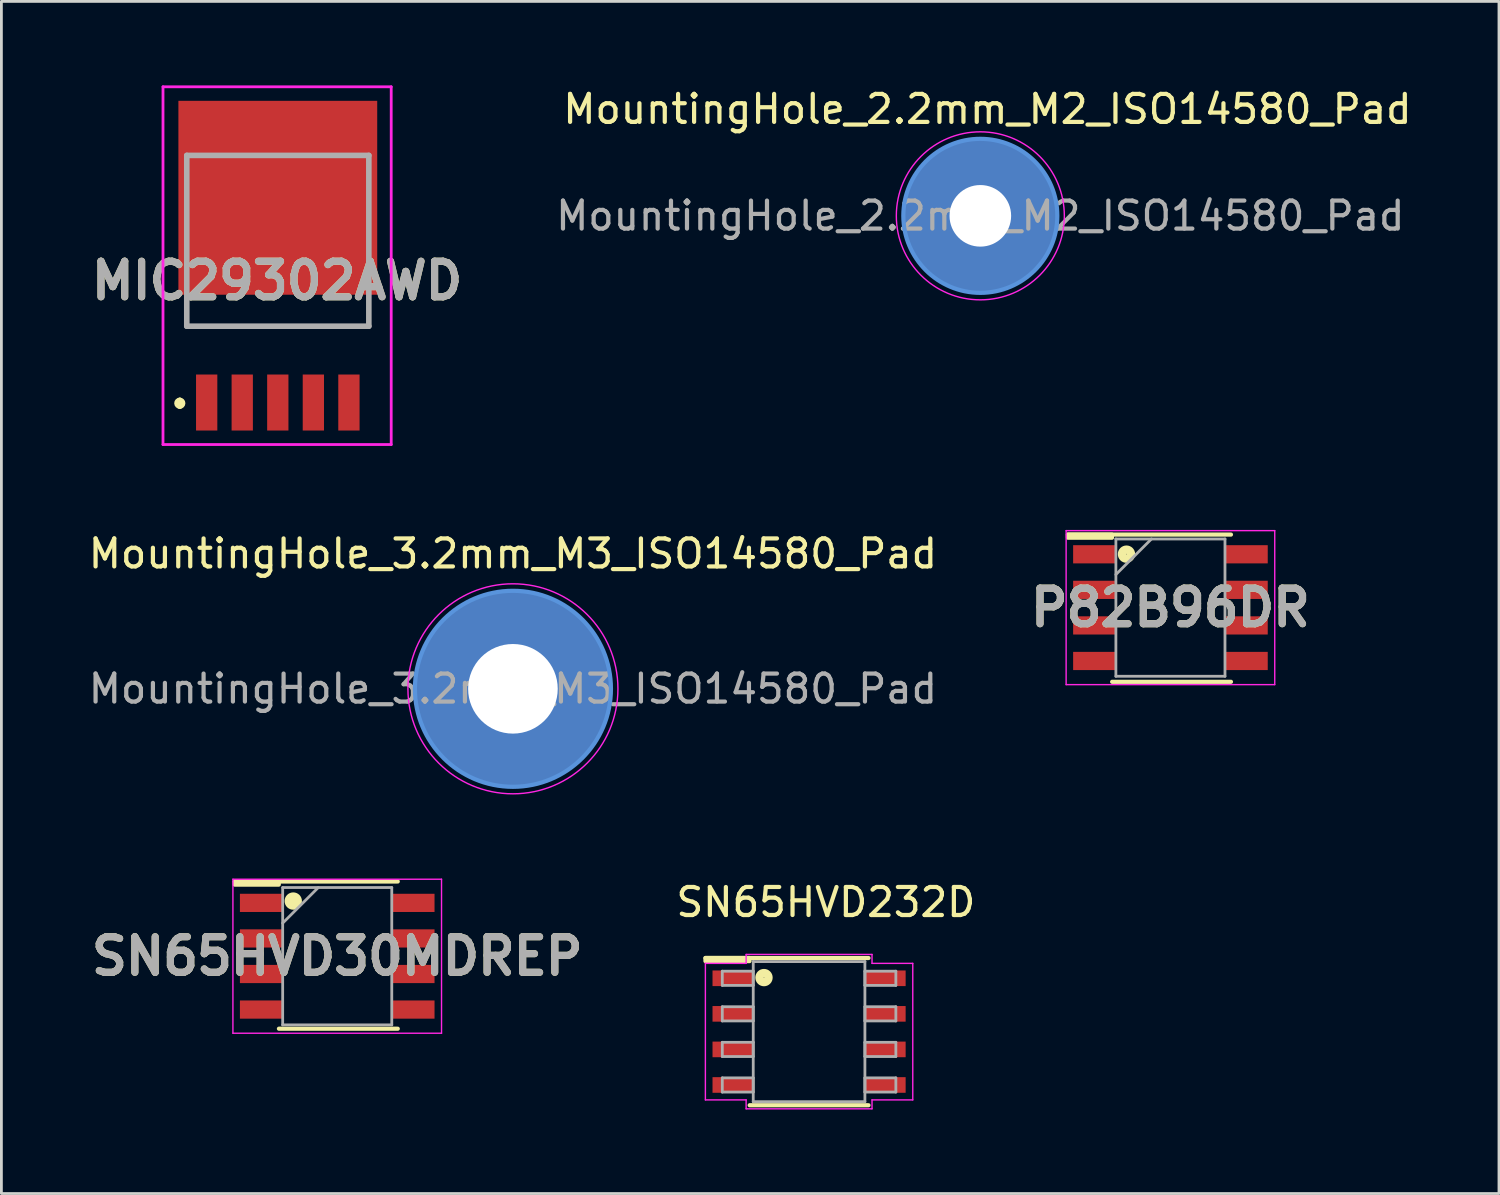
<source format=kicad_pcb>
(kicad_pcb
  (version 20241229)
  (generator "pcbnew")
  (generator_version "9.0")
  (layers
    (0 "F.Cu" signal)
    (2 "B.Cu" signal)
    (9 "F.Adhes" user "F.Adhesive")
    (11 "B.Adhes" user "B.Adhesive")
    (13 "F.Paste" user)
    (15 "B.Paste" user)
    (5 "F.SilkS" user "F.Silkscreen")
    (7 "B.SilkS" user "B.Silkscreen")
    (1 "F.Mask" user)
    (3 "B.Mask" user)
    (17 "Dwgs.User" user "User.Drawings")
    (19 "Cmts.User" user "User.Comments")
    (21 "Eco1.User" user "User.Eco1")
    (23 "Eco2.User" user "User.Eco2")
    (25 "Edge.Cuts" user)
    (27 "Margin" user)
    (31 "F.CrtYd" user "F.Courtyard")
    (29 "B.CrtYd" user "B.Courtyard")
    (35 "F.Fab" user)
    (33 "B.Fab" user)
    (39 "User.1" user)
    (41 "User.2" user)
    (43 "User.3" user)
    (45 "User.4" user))
  (footprint "P82B96DR"
    (layer "F.Cu")
    (at 38.749 18.65)
    (property "Reference" "P82B96DR" (at 0 0 0) (layer "F.SilkS") (effects (font (size 1.27 1.27) (thickness 0.254))))
    (attr smd)
    (fp_line (start -2.081 2.649) (end 2.161 2.649) (stroke (width 0.15) (type solid)) (layer "F.SilkS"))
    (fp_line (start 2.161 -2.609) (end -3.66 -2.609) (stroke (width 0.15) (type solid)) (layer "F.SilkS"))
    (fp_rect (start -3.66 -2.609) (end -2.088 -2.497) (stroke (width 0.15) (type solid)) (fill yes) (layer "F.SilkS"))
    (fp_circle (center -1.57 -1.91) (end -1.58 -1.91) (stroke (width 0.3) (type solid)) (fill no) (layer "F.SilkS"))
    (fp_line (start -3.725 -2.75) (end 3.725 -2.75) (stroke (width 0.05) (type solid)) (layer "F.CrtYd"))
    (fp_line (start -3.725 2.75) (end -3.725 -2.75) (stroke (width 0.05) (type solid)) (layer "F.CrtYd"))
    (fp_line (start 3.725 -2.75) (end 3.725 2.75) (stroke (width 0.05) (type solid)) (layer "F.CrtYd"))
    (fp_line (start 3.725 2.75) (end -3.725 2.75) (stroke (width 0.05) (type solid)) (layer "F.CrtYd"))
    (fp_line (start -1.948 -2.452) (end 1.948 -2.452) (stroke (width 0.1) (type solid)) (layer "F.Fab"))
    (fp_line (start -1.948 -1.182) (end -0.678 -2.452) (stroke (width 0.1) (type solid)) (layer "F.Fab"))
    (fp_line (start -1.948 2.452) (end -1.948 -2.452) (stroke (width 0.1) (type solid)) (layer "F.Fab"))
    (fp_line (start 1.948 -2.452) (end 1.948 2.452) (stroke (width 0.1) (type solid)) (layer "F.Fab"))
    (fp_line (start 1.948 2.452) (end -1.948 2.452) (stroke (width 0.1) (type solid)) (layer "F.Fab"))
    (fp_text user "${REFERENCE}" (at 0 0 0) (layer "F.Fab") (effects (font (size 1.27 1.27) (thickness 0.254))))
    (pad "1" smd rect (at -2.711 -1.905 90) (size 0.65 1.528) (layers "F.Cu" "F.Mask" "F.Paste"))
    (pad "2" smd rect (at -2.711 -0.635 90) (size 0.65 1.528) (layers "F.Cu" "F.Mask" "F.Paste"))
    (pad "3" smd rect (at -2.711 0.635 90) (size 0.65 1.528) (layers "F.Cu" "F.Mask" "F.Paste"))
    (pad "4" smd rect (at -2.711 1.905 90) (size 0.65 1.528) (layers "F.Cu" "F.Mask" "F.Paste"))
    (pad "5" smd rect (at 2.711 1.905 90) (size 0.65 1.528) (layers "F.Cu" "F.Mask" "F.Paste"))
    (pad "6" smd rect (at 2.711 0.635 90) (size 0.65 1.528) (layers "F.Cu" "F.Mask" "F.Paste"))
    (pad "7" smd rect (at 2.711 -0.635 90) (size 0.65 1.528) (layers "F.Cu" "F.Mask" "F.Paste"))
    (pad "8" smd rect (at 2.711 -1.905 90) (size 0.65 1.528) (layers "F.Cu" "F.Mask" "F.Paste")))
  (footprint "MountingHole_2.2mm_M2_ISO14580_Pad"
    (layer "F.Cu")
    (at 31.96 4.658)
    (property "Reference" "MountingHole_2.2mm_M2_ISO14580_Pad" (at 0.254 -3.81 0) (layer "F.SilkS") (effects (font (size 1 1) (thickness 0.15))))
    (attr exclude_from_pos_files exclude_from_bom)
    (fp_circle (center 0 0) (end 2.75 0) (stroke (width 0.15) (type solid)) (fill no) (layer "Cmts.User"))
    (fp_circle (center 0 0) (end 3 0) (stroke (width 0.05) (type solid)) (fill no) (layer "F.CrtYd"))
    (fp_text user "${REFERENCE}" (at 0 0 0) (layer "F.Fab") (effects (font (size 1 1) (thickness 0.15))))
    (pad "1" thru_hole circle (at 0 0) (size 5.5 5.5) (drill 2.2) (layers "*.Cu" "*.Mask")))
  (footprint "SN65HVD30MDREP"
    (layer "F.Cu")
    (at 8.993 31.099)
    (property "Reference" "SN65HVD30MDREP" (at 0 0 0) (layer "F.SilkS") (effects (font (size 1.27 1.27) (thickness 0.254))))
    (attr smd)
    (fp_line (start -2.081 2.589) (end 2.161 2.589) (stroke (width 0.15) (type solid)) (layer "F.SilkS"))
    (fp_line (start 2.161 -2.669) (end -3.66 -2.669) (stroke (width 0.15) (type solid)) (layer "F.SilkS"))
    (fp_rect (start -3.66 -2.669) (end -2.088 -2.557) (stroke (width 0.15) (type solid)) (fill yes) (layer "F.SilkS"))
    (fp_circle (center -1.57 -1.97) (end -1.58 -1.97) (stroke (width 0.3) (type solid)) (fill no) (layer "F.SilkS"))
    (fp_circle (center -1.57 -1.91) (end -1.51 -1.91) (stroke (width 0.1) (type solid)) (fill yes) (layer "F.SilkS"))
    (fp_line (start -3.725 -2.75) (end 3.725 -2.75) (stroke (width 0.05) (type solid)) (layer "F.CrtYd"))
    (fp_line (start -3.725 2.75) (end -3.725 -2.75) (stroke (width 0.05) (type solid)) (layer "F.CrtYd"))
    (fp_line (start 3.725 -2.75) (end 3.725 2.75) (stroke (width 0.05) (type solid)) (layer "F.CrtYd"))
    (fp_line (start 3.725 2.75) (end -3.725 2.75) (stroke (width 0.05) (type solid)) (layer "F.CrtYd"))
    (fp_line (start -1.948 -2.452) (end 1.948 -2.452) (stroke (width 0.1) (type solid)) (layer "F.Fab"))
    (fp_line (start -1.948 -1.182) (end -0.678 -2.452) (stroke (width 0.1) (type solid)) (layer "F.Fab"))
    (fp_line (start -1.948 2.452) (end -1.948 -2.452) (stroke (width 0.1) (type solid)) (layer "F.Fab"))
    (fp_line (start 1.948 -2.452) (end 1.948 2.452) (stroke (width 0.1) (type solid)) (layer "F.Fab"))
    (fp_line (start 1.948 2.452) (end -1.948 2.452) (stroke (width 0.1) (type solid)) (layer "F.Fab"))
    (fp_text user "${REFERENCE}" (at 0 0 0) (layer "F.Fab") (effects (font (size 1.27 1.27) (thickness 0.254))))
    (pad "1" smd rect (at -2.711 -1.905 90) (size 0.65 1.528) (layers "F.Cu" "F.Mask" "F.Paste"))
    (pad "2" smd rect (at -2.711 -0.635 90) (size 0.65 1.528) (layers "F.Cu" "F.Mask" "F.Paste"))
    (pad "3" smd rect (at -2.711 0.635 90) (size 0.65 1.528) (layers "F.Cu" "F.Mask" "F.Paste"))
    (pad "4" smd rect (at -2.711 1.905 90) (size 0.65 1.528) (layers "F.Cu" "F.Mask" "F.Paste"))
    (pad "5" smd rect (at 2.711 1.905 90) (size 0.65 1.528) (layers "F.Cu" "F.Mask" "F.Paste"))
    (pad "6" smd rect (at 2.711 0.635 90) (size 0.65 1.528) (layers "F.Cu" "F.Mask" "F.Paste"))
    (pad "7" smd rect (at 2.711 -0.635 90) (size 0.65 1.528) (layers "F.Cu" "F.Mask" "F.Paste"))
    (pad "8" smd rect (at 2.711 -1.905 90) (size 0.65 1.528) (layers "F.Cu" "F.Mask" "F.Paste")))
  (footprint "SN65HVD232D"
    (layer "F.Cu")
    (at 25.844 33.792)
    (property "Reference" "SN65HVD232D" (at 0.6 -4.62 0) (layer "F.SilkS") (effects (font (size 1 1) (thickness 0.15))))
    (attr smd)
    (fp_line (start -2.121 2.629) (end 2.121 2.629) (stroke (width 0.15) (type solid)) (layer "F.SilkS"))
    (fp_line (start 2.121 -2.629) (end -3.7 -2.629) (stroke (width 0.15) (type solid)) (layer "F.SilkS"))
    (fp_rect (start -3.7 -2.63) (end -2.128 -2.518) (stroke (width 0.15) (type solid)) (fill yes) (layer "F.SilkS"))
    (fp_circle (center -1.61 -1.93) (end -1.62 -1.93) (stroke (width 0.3) (type solid)) (fill no) (layer "F.SilkS"))
    (fp_line (start -3.703 -2.438) (end -2.248 -2.438) (stroke (width 0.05) (type solid)) (layer "F.CrtYd"))
    (fp_line (start -3.703 2.438) (end -3.703 -2.438) (stroke (width 0.05) (type solid)) (layer "F.CrtYd"))
    (fp_line (start -3.703 2.438) (end -2.248 2.438) (stroke (width 0.05) (type solid)) (layer "F.CrtYd"))
    (fp_line (start -2.248 -2.756) (end 2.248 -2.756) (stroke (width 0.05) (type solid)) (layer "F.CrtYd"))
    (fp_line (start -2.248 -2.438) (end -2.248 -2.756) (stroke (width 0.05) (type solid)) (layer "F.CrtYd"))
    (fp_line (start -2.248 2.756) (end -2.248 2.438) (stroke (width 0.05) (type solid)) (layer "F.CrtYd"))
    (fp_line (start 2.248 -2.756) (end 2.248 -2.438) (stroke (width 0.05) (type solid)) (layer "F.CrtYd"))
    (fp_line (start 2.248 -2.438) (end 3.703 -2.438) (stroke (width 0.05) (type solid)) (layer "F.CrtYd"))
    (fp_line (start 2.248 2.438) (end 2.248 2.756) (stroke (width 0.05) (type solid)) (layer "F.CrtYd"))
    (fp_line (start 2.248 2.756) (end -2.248 2.756) (stroke (width 0.05) (type solid)) (layer "F.CrtYd"))
    (fp_line (start 3.703 -2.438) (end 3.703 2.438) (stroke (width 0.05) (type solid)) (layer "F.CrtYd"))
    (fp_line (start 3.703 2.438) (end 2.248 2.438) (stroke (width 0.05) (type solid)) (layer "F.CrtYd"))
    (fp_line (start -3.099 -2.159) (end -3.099 -1.651) (stroke (width 0.1) (type solid)) (layer "F.Fab"))
    (fp_line (start -3.099 -1.651) (end -1.994 -1.651) (stroke (width 0.1) (type solid)) (layer "F.Fab"))
    (fp_line (start -3.099 -0.889) (end -3.099 -0.381) (stroke (width 0.1) (type solid)) (layer "F.Fab"))
    (fp_line (start -3.099 -0.381) (end -1.994 -0.381) (stroke (width 0.1) (type solid)) (layer "F.Fab"))
    (fp_line (start -3.099 0.381) (end -3.099 0.889) (stroke (width 0.1) (type solid)) (layer "F.Fab"))
    (fp_line (start -3.099 0.889) (end -1.994 0.889) (stroke (width 0.1) (type solid)) (layer "F.Fab"))
    (fp_line (start -3.099 1.651) (end -3.099 2.159) (stroke (width 0.1) (type solid)) (layer "F.Fab"))
    (fp_line (start -3.099 2.159) (end -1.994 2.159) (stroke (width 0.1) (type solid)) (layer "F.Fab"))
    (fp_line (start -1.994 -2.502) (end -1.994 2.502) (stroke (width 0.1) (type solid)) (layer "F.Fab"))
    (fp_line (start -1.994 -2.159) (end -3.099 -2.159) (stroke (width 0.1) (type solid)) (layer "F.Fab"))
    (fp_line (start -1.994 -1.651) (end -1.994 -2.159) (stroke (width 0.1) (type solid)) (layer "F.Fab"))
    (fp_line (start -1.994 -0.889) (end -3.099 -0.889) (stroke (width 0.1) (type solid)) (layer "F.Fab"))
    (fp_line (start -1.994 -0.381) (end -1.994 -0.889) (stroke (width 0.1) (type solid)) (layer "F.Fab"))
    (fp_line (start -1.994 0.381) (end -3.099 0.381) (stroke (width 0.1) (type solid)) (layer "F.Fab"))
    (fp_line (start -1.994 0.889) (end -1.994 0.381) (stroke (width 0.1) (type solid)) (layer "F.Fab"))
    (fp_line (start -1.994 1.651) (end -3.099 1.651) (stroke (width 0.1) (type solid)) (layer "F.Fab"))
    (fp_line (start -1.994 2.159) (end -1.994 1.651) (stroke (width 0.1) (type solid)) (layer "F.Fab"))
    (fp_line (start -1.994 2.502) (end 1.994 2.502) (stroke (width 0.1) (type solid)) (layer "F.Fab"))
    (fp_line (start 1.994 -2.502) (end -1.994 -2.502) (stroke (width 0.1) (type solid)) (layer "F.Fab"))
    (fp_line (start 1.994 -2.159) (end 1.994 -1.651) (stroke (width 0.1) (type solid)) (layer "F.Fab"))
    (fp_line (start 1.994 -1.651) (end 3.099 -1.651) (stroke (width 0.1) (type solid)) (layer "F.Fab"))
    (fp_line (start 1.994 -0.889) (end 1.994 -0.381) (stroke (width 0.1) (type solid)) (layer "F.Fab"))
    (fp_line (start 1.994 -0.381) (end 3.099 -0.381) (stroke (width 0.1) (type solid)) (layer "F.Fab"))
    (fp_line (start 1.994 0.381) (end 1.994 0.889) (stroke (width 0.1) (type solid)) (layer "F.Fab"))
    (fp_line (start 1.994 0.889) (end 3.099 0.889) (stroke (width 0.1) (type solid)) (layer "F.Fab"))
    (fp_line (start 1.994 1.651) (end 1.994 2.159) (stroke (width 0.1) (type solid)) (layer "F.Fab"))
    (fp_line (start 1.994 2.159) (end 3.099 2.159) (stroke (width 0.1) (type solid)) (layer "F.Fab"))
    (fp_line (start 1.994 2.502) (end 1.994 -2.502) (stroke (width 0.1) (type solid)) (layer "F.Fab"))
    (fp_line (start 3.099 -2.159) (end 1.994 -2.159) (stroke (width 0.1) (type solid)) (layer "F.Fab"))
    (fp_line (start 3.099 -1.651) (end 3.099 -2.159) (stroke (width 0.1) (type solid)) (layer "F.Fab"))
    (fp_line (start 3.099 -0.889) (end 1.994 -0.889) (stroke (width 0.1) (type solid)) (layer "F.Fab"))
    (fp_line (start 3.099 -0.381) (end 3.099 -0.889) (stroke (width 0.1) (type solid)) (layer "F.Fab"))
    (fp_line (start 3.099 0.381) (end 1.994 0.381) (stroke (width 0.1) (type solid)) (layer "F.Fab"))
    (fp_line (start 3.099 0.889) (end 3.099 0.381) (stroke (width 0.1) (type solid)) (layer "F.Fab"))
    (fp_line (start 3.099 1.651) (end 1.994 1.651) (stroke (width 0.1) (type solid)) (layer "F.Fab"))
    (fp_line (start 3.099 2.159) (end 3.099 1.651) (stroke (width 0.1) (type solid)) (layer "F.Fab"))
    (pad "1" smd rect (at -2.721 -1.905) (size 1.455 0.558) (layers "F.Cu" "F.Mask" "F.Paste"))
    (pad "2" smd rect (at -2.721 -0.635) (size 1.455 0.558) (layers "F.Cu" "F.Mask" "F.Paste"))
    (pad "3" smd rect (at -2.721 0.635) (size 1.455 0.558) (layers "F.Cu" "F.Mask" "F.Paste"))
    (pad "4" smd rect (at -2.721 1.905) (size 1.455 0.558) (layers "F.Cu" "F.Mask" "F.Paste"))
    (pad "5" smd rect (at 2.721 1.905) (size 1.455 0.558) (layers "F.Cu" "F.Mask" "F.Paste"))
    (pad "6" smd rect (at 2.721 0.635) (size 1.455 0.558) (layers "F.Cu" "F.Mask" "F.Paste"))
    (pad "7" smd rect (at 2.721 -0.635) (size 1.455 0.558) (layers "F.Cu" "F.Mask" "F.Paste"))
    (pad "8" smd rect (at 2.721 -1.905) (size 1.455 0.558) (layers "F.Cu" "F.Mask" "F.Paste")))
  (footprint "MountingHole_3.2mm_M3_ISO14580_Pad"
    (layer "F.Cu")
    (at 15.268 21.549)
    (property "Reference" "MountingHole_3.2mm_M3_ISO14580_Pad" (at 0 -4.826 0) (layer "F.SilkS") (effects (font (size 1 1) (thickness 0.15))))
    (attr exclude_from_pos_files exclude_from_bom)
    (fp_circle (center 0 0) (end 3.5 0) (stroke (width 0.15) (type solid)) (fill no) (layer "Cmts.User"))
    (fp_circle (center 0 0) (end 3.75 0) (stroke (width 0.05) (type solid)) (fill no) (layer "F.CrtYd"))
    (fp_text user "${REFERENCE}" (at 0 0 0) (layer "F.Fab") (effects (font (size 1 1) (thickness 0.15))))
    (pad "1" thru_hole circle (at 0 0) (size 7 7) (drill 3.2) (layers "*.Cu" "*.Mask")))
  (footprint "MIC29302AWD"
    (layer "F.Cu")
    (at 6.871 4.55)
    (property "Reference" "MIC29302AWD" (at -0.025 2.425 0) (layer "F.SilkS") (effects (font (size 1.27 1.27) (thickness 0.254))))
    (attr smd)
    (fp_line (start -3.5 6.7) (end -3.5 6.7) (stroke (width 0.2) (type solid)) (layer "F.SilkS"))
    (fp_line (start -3.5 6.9) (end -3.5 6.9) (stroke (width 0.2) (type solid)) (layer "F.SilkS"))
    (fp_line (start -3.251 3.5) (end -3.251 4.05) (stroke (width 0.1) (type solid)) (layer "F.SilkS"))
    (fp_line (start -3.251 4.05) (end 3.251 4.05) (stroke (width 0.1) (type solid)) (layer "F.SilkS"))
    (fp_line (start 3.251 4.05) (end 3.251 3.5) (stroke (width 0.1) (type solid)) (layer "F.SilkS"))
    (fp_arc (start -3.5 6.7) (mid -3.4 6.8) (end -3.5 6.9) (stroke (width 0.2) (type solid)) (layer "F.SilkS"))
    (fp_arc (start -3.5 6.9) (mid -3.6 6.8) (end -3.5 6.7) (stroke (width 0.2) (type solid)) (layer "F.SilkS"))
    (fp_line (start -4.1 -4.5) (end 4.05 -4.5) (stroke (width 0.1) (type solid)) (layer "F.CrtYd"))
    (fp_line (start -4.1 8.275) (end -4.1 -4.5) (stroke (width 0.1) (type solid)) (layer "F.CrtYd"))
    (fp_line (start 4.05 -4.5) (end 4.05 8.275) (stroke (width 0.1) (type solid)) (layer "F.CrtYd"))
    (fp_line (start 4.05 8.275) (end -4.1 8.275) (stroke (width 0.1) (type solid)) (layer "F.CrtYd"))
    (fp_line (start -3.251 -2.05) (end 3.251 -2.05) (stroke (width 0.2) (type solid)) (layer "F.Fab"))
    (fp_line (start -3.251 4.05) (end -3.251 -2.05) (stroke (width 0.2) (type solid)) (layer "F.Fab"))
    (fp_line (start 3.251 -2.05) (end 3.251 4.05) (stroke (width 0.2) (type solid)) (layer "F.Fab"))
    (fp_line (start 3.251 4.05) (end -3.251 4.05) (stroke (width 0.2) (type solid)) (layer "F.Fab"))
    (fp_text user "${REFERENCE}" (at -0.025 2.425 0) (layer "F.Fab") (effects (font (size 1.27 1.27) (thickness 0.254))))
    (pad "1" smd rect (at -2.54 6.775) (size 0.76 2) (layers "F.Cu" "F.Mask" "F.Paste"))
    (pad "2" smd rect (at -1.27 6.775) (size 0.76 2) (layers "F.Cu" "F.Mask" "F.Paste"))
    (pad "3" smd rect (at 0 6.775) (size 0.76 2) (layers "F.Cu" "F.Mask" "F.Paste"))
    (pad "4" smd rect (at 1.27 6.775) (size 0.76 2) (layers "F.Cu" "F.Mask" "F.Paste"))
    (pad "5" smd rect (at 2.54 6.775) (size 0.76 2) (layers "F.Cu" "F.Mask" "F.Paste"))
    (pad "6" smd rect (at 0 -0.537 90) (size 6.925 7.1) (layers "F.Cu" "F.Mask" "F.Paste")))
  (gr_rect
    (start -3 -3)
    (end 50.482 39.573)
    (stroke (width 0.1) (type default))
    (fill no)
    (layer "Edge.Cuts")))
</source>
